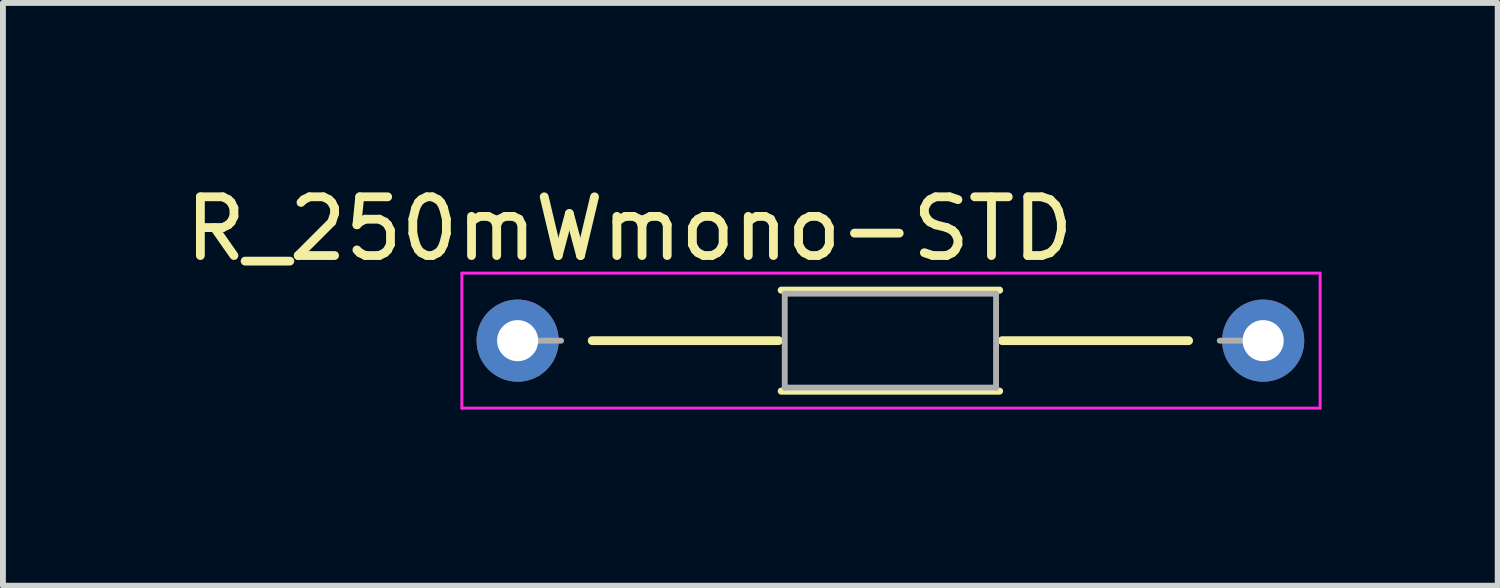
<source format=kicad_pcb>
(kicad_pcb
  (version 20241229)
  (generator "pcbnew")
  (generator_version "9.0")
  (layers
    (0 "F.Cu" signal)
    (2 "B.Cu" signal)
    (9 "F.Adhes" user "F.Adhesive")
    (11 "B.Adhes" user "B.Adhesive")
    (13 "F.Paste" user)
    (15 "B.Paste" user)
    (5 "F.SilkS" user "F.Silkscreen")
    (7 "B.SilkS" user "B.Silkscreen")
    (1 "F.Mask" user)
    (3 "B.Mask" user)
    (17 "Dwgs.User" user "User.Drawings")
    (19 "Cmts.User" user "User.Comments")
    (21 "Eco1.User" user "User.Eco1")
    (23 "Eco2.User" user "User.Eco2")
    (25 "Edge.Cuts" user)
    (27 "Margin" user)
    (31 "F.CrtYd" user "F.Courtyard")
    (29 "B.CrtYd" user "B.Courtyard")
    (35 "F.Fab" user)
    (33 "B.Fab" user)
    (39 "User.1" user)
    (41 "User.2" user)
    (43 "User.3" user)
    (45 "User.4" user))
  (footprint "R_250mWmono-STD"
    (layer "F.Cu")
    (at 5.768 2.753)
    (property "Reference" "R_250mWmono-STD" (at 1.905 -1.905 0) (layer "F.SilkS") (effects (font (size 1 1) (thickness 0.15))))
    (attr through_hole)
    (fp_line (start 1.27 0) (end 4.445 0) (stroke (width 0.15) (type solid)) (layer "F.SilkS"))
    (fp_line (start 4.49 -0.86) (end 8.21 -0.86) (stroke (width 0.12) (type solid)) (layer "F.SilkS"))
    (fp_line (start 4.49 0.86) (end 8.21 0.86) (stroke (width 0.12) (type solid)) (layer "F.SilkS"))
    (fp_line (start 8.255 0) (end 11.43 0) (stroke (width 0.15) (type solid)) (layer "F.SilkS"))
    (fp_line (start -0.95 -1.15) (end -0.95 1.15) (stroke (width 0.05) (type solid)) (layer "F.CrtYd"))
    (fp_line (start -0.95 1.15) (end 13.67 1.15) (stroke (width 0.05) (type solid)) (layer "F.CrtYd"))
    (fp_line (start 13.67 -1.15) (end -0.95 -1.15) (stroke (width 0.05) (type solid)) (layer "F.CrtYd"))
    (fp_line (start 13.67 1.15) (end 13.67 -1.15) (stroke (width 0.05) (type solid)) (layer "F.CrtYd"))
    (fp_line (start 0 0) (end 0.74 0) (stroke (width 0.1) (type solid)) (layer "F.Fab"))
    (fp_line (start 4.55 -0.8) (end 4.55 0.8) (stroke (width 0.1) (type solid)) (layer "F.Fab"))
    (fp_line (start 4.55 0.8) (end 8.15 0.8) (stroke (width 0.1) (type solid)) (layer "F.Fab"))
    (fp_line (start 8.15 -0.8) (end 4.55 -0.8) (stroke (width 0.1) (type solid)) (layer "F.Fab"))
    (fp_line (start 8.15 0.8) (end 8.15 -0.8) (stroke (width 0.1) (type solid)) (layer "F.Fab"))
    (fp_line (start 12.7 0) (end 11.96 0) (stroke (width 0.1) (type solid)) (layer "F.Fab"))
    (pad "1" thru_hole circle (at 0 0) (size 1.4 1.4) (drill 0.7) (layers "*.Cu" "*.Mask"))
    (pad "2" thru_hole oval (at 12.7 0) (size 1.4 1.4) (drill 0.7) (layers "*.Cu" "*.Mask")))
  (gr_rect
    (start -3 -3)
    (end 22.463 6.928)
    (stroke (width 0.1) (type default))
    (fill no)
    (layer "Edge.Cuts")))
</source>
